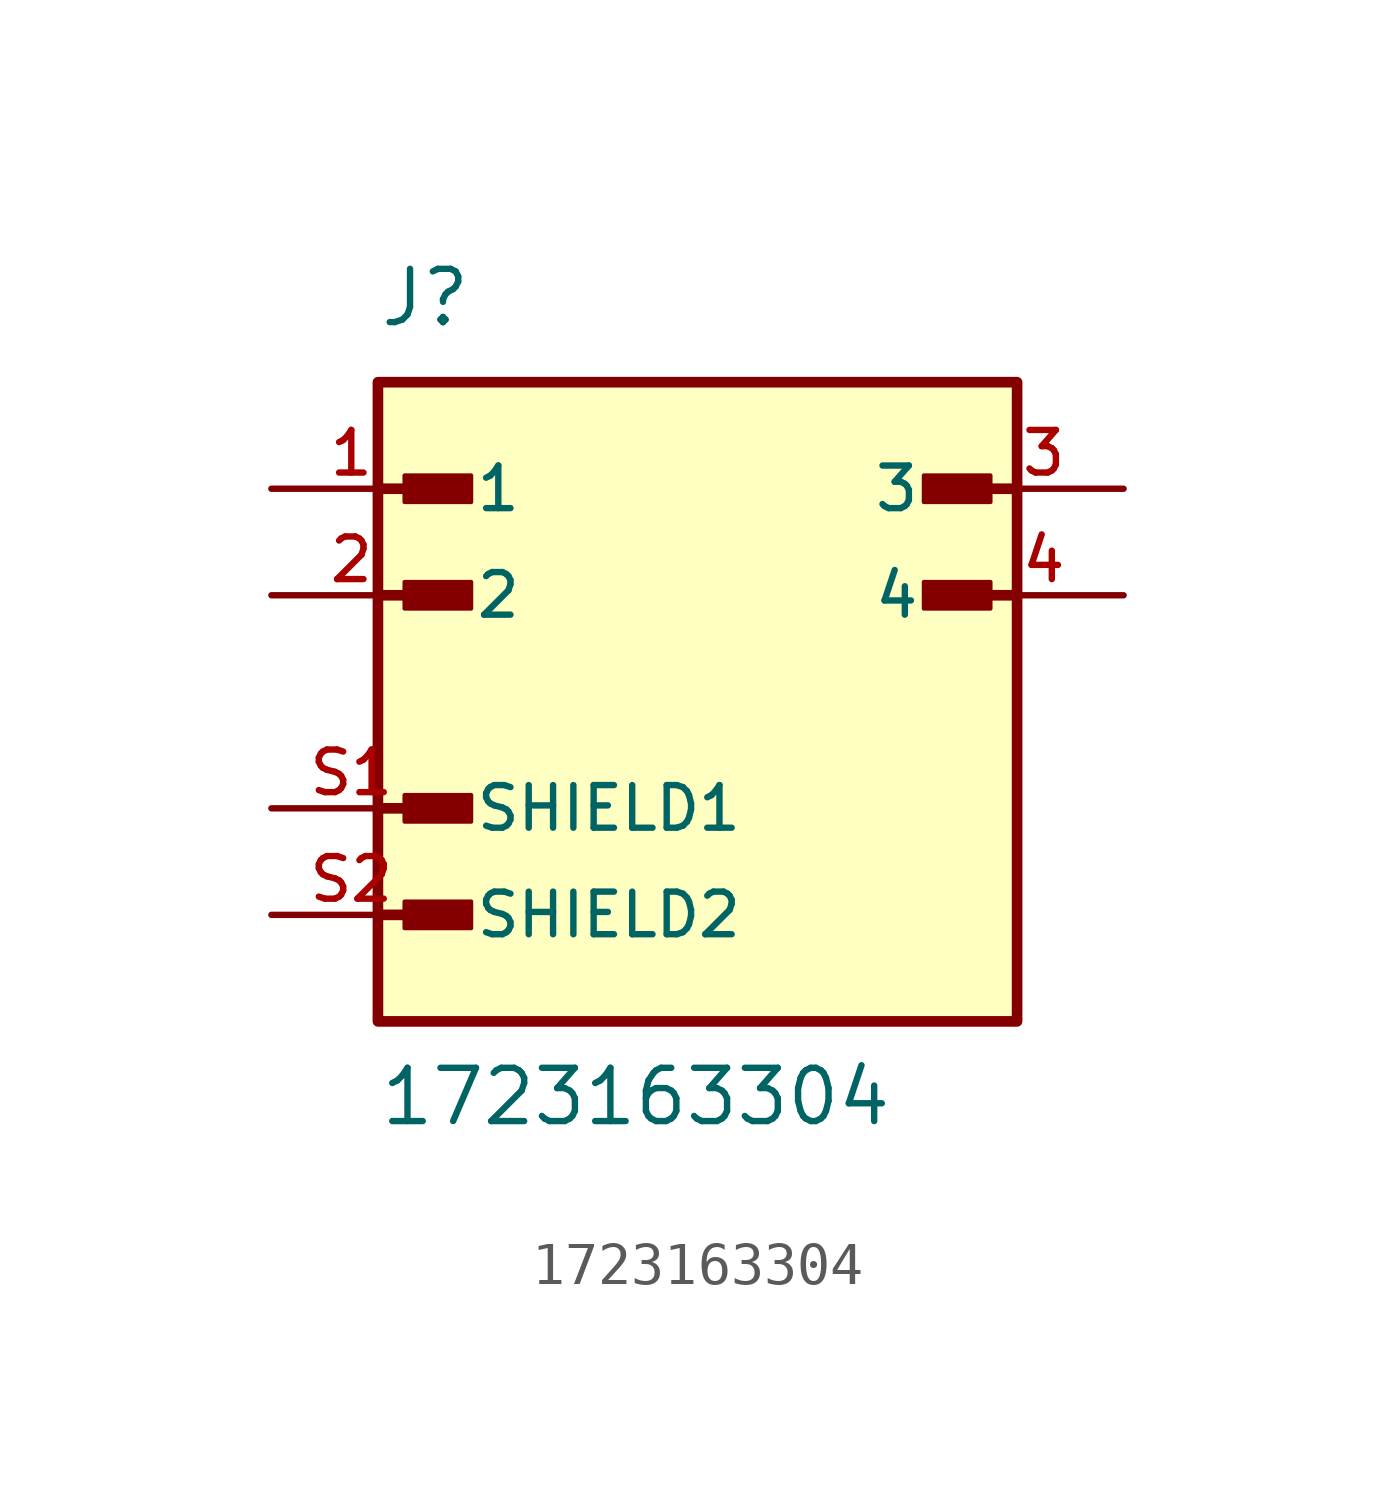
<source format=kicad_sym>
(kicad_symbol_lib
  (version 20241209)
  (generator "kicad_symbol_editor")
  (generator_version "9.0")
  (symbol "1723163304"
    (pin_names
      (offset 1.016))
    (property "Reference" "J"
      (at -7.62 8.89 0)
      (effects (font (size 1.27 1.27)) (justify left bottom)))
    (property "Value" "1723163304"
      (at -7.62 -10.16 0)
      (effects (font (size 1.27 1.27)) (justify left bottom)))
    (symbol "1723163304_0_0"
      (polyline (pts (xy -7.62 5.08) (xy -5.715 5.08)) (stroke (width 0.254) (type default)) (fill (type none)))
      (polyline (pts (xy -7.62 2.54) (xy -5.715 2.54)) (stroke (width 0.254) (type default)) (fill (type none)))
      (polyline (pts (xy -7.62 -2.54) (xy -5.715 -2.54)) (stroke (width 0.254) (type default)) (fill (type none)))
      (polyline (pts (xy -7.62 -5.08) (xy -5.715 -5.08)) (stroke (width 0.254) (type default)) (fill (type none)))
      (rectangle (start -7.62 -7.62) (end 7.62 7.62) (stroke (width 0.254) (type default)) (fill (type background)))
      (rectangle (start -6.985 4.763) (end -5.397 5.397) (stroke (width 0.1) (type default)) (fill (type outline)))
      (rectangle (start -6.985 2.223) (end -5.397 2.857) (stroke (width 0.1) (type default)) (fill (type outline)))
      (rectangle (start -6.985 -2.857) (end -5.397 -2.223) (stroke (width 0.1) (type default)) (fill (type outline)))
      (rectangle (start -6.985 -5.397) (end -5.397 -4.763) (stroke (width 0.1) (type default)) (fill (type outline)))
      (rectangle (start 5.397 4.763) (end 6.985 5.397) (stroke (width 0.1) (type default)) (fill (type outline)))
      (rectangle (start 5.397 2.223) (end 6.985 2.857) (stroke (width 0.1) (type default)) (fill (type outline)))
      (polyline (pts (xy 7.62 5.08) (xy 5.715 5.08)) (stroke (width 0.254) (type default)) (fill (type none)))
      (polyline (pts (xy 7.62 2.54) (xy 5.715 2.54)) (stroke (width 0.254) (type default)) (fill (type none)))
      (pin passive line (at -10.16 5.08 0) (length 3.81) (name "1" (effects (font (size 1.016 1.016)))) (number "1" (effects (font (size 1.016 1.016)))))
      (pin passive line (at -10.16 2.54 0) (length 3.81) (name "2" (effects (font (size 1.016 1.016)))) (number "2" (effects (font (size 1.016 1.016)))))
      (pin passive line (at -10.16 -2.54 0) (length 3.81) (name "SHIELD1" (effects (font (size 1.016 1.016)))) (number "S1" (effects (font (size 1.016 1.016)))))
      (pin passive line (at -10.16 -5.08 0) (length 3.81) (name "SHIELD2" (effects (font (size 1.016 1.016)))) (number "S2" (effects (font (size 1.016 1.016)))))
      (pin passive line (at 10.16 5.08 180) (length 3.81) (name "3" (effects (font (size 1.016 1.016)))) (number "3" (effects (font (size 1.016 1.016)))))
      (pin passive line (at 10.16 2.54 180) (length 3.81) (name "4" (effects (font (size 1.016 1.016)))) (number "4" (effects (font (size 1.016 1.016))))))))
</source>
